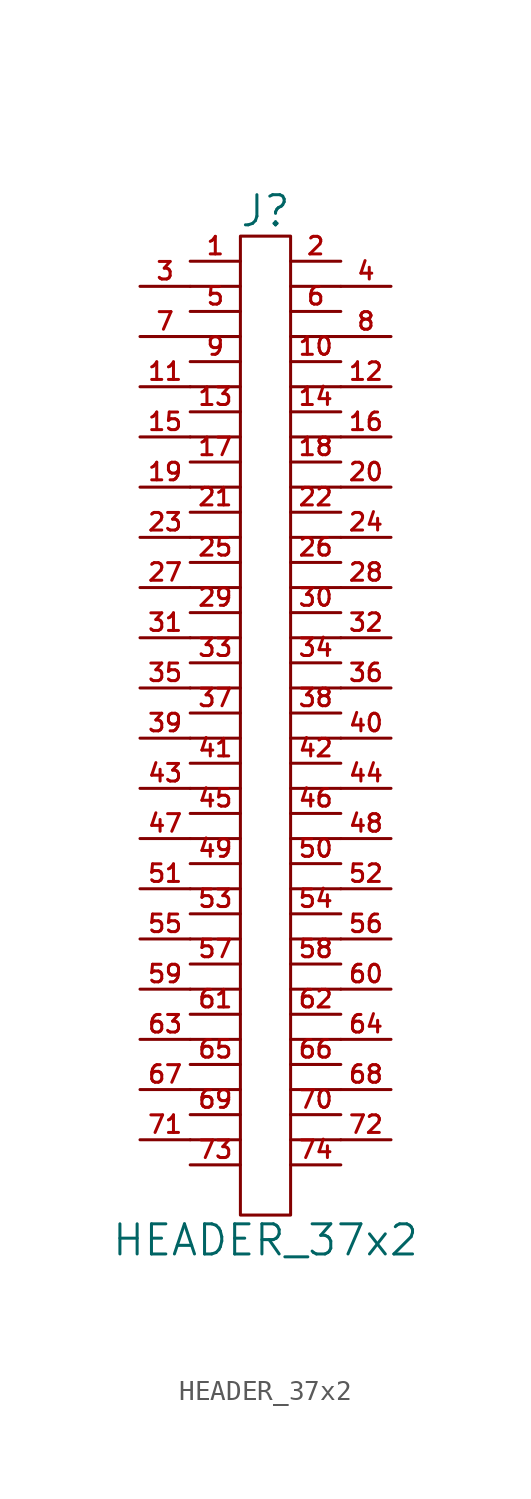
<source format=kicad_sym>
(kicad_symbol_lib
  (version 20211014)
  (generator kicad_symbol_editor)
  (symbol "HEADER_37x2"
    (pin_names
      (offset 0))
    (property "Reference" "J"
      (at 0 25.4 0)
      (effects (font (size 1.524 1.524))))
    (property "Value" "HEADER_37x2"
      (at 0 -26.67 0)
      (effects (font (size 1.524 1.524))))
    (property "Footprint" ""
      (at 0 -1.27 0)
      (effects (font (size 1.524 1.524))))
    (property "Datasheet" ""
      (at 0 -1.27 0)
      (effects (font (size 1.524 1.524))))
    (symbol "HEADER_37x2_0_1"
      (polyline (pts (xy -3.81 -21.59) (xy -1.27 -21.59)) (stroke (width 0) (type default) (color 0 0 0 0)) (fill (type none)))
      (polyline (pts (xy -3.81 -19.05) (xy -1.27 -19.05)) (stroke (width 0) (type default) (color 0 0 0 0)) (fill (type none)))
      (polyline (pts (xy -3.81 -16.51) (xy -1.27 -16.51)) (stroke (width 0) (type default) (color 0 0 0 0)) (fill (type none)))
      (polyline (pts (xy -3.81 -13.97) (xy -1.27 -13.97)) (stroke (width 0) (type default) (color 0 0 0 0)) (fill (type none)))
      (polyline (pts (xy -3.81 -11.43) (xy -1.27 -11.43)) (stroke (width 0) (type default) (color 0 0 0 0)) (fill (type none)))
      (polyline (pts (xy -3.81 -8.89) (xy -1.27 -8.89)) (stroke (width 0) (type default) (color 0 0 0 0)) (fill (type none)))
      (polyline (pts (xy -3.81 -6.35) (xy -1.27 -6.35)) (stroke (width 0) (type default) (color 0 0 0 0)) (fill (type none)))
      (polyline (pts (xy -3.81 -3.81) (xy -1.27 -3.81)) (stroke (width 0) (type default) (color 0 0 0 0)) (fill (type none)))
      (polyline (pts (xy -3.81 -1.27) (xy -1.27 -1.27)) (stroke (width 0) (type default) (color 0 0 0 0)) (fill (type none)))
      (polyline (pts (xy -3.81 1.27) (xy -1.27 1.27)) (stroke (width 0) (type default) (color 0 0 0 0)) (fill (type none)))
      (polyline (pts (xy -3.81 3.81) (xy -1.27 3.81)) (stroke (width 0) (type default) (color 0 0 0 0)) (fill (type none)))
      (polyline (pts (xy -3.81 6.35) (xy -1.27 6.35)) (stroke (width 0) (type default) (color 0 0 0 0)) (fill (type none)))
      (polyline (pts (xy -3.81 8.89) (xy -1.27 8.89)) (stroke (width 0) (type default) (color 0 0 0 0)) (fill (type none)))
      (polyline (pts (xy -3.81 11.43) (xy -1.27 11.43)) (stroke (width 0) (type default) (color 0 0 0 0)) (fill (type none)))
      (polyline (pts (xy -3.81 13.97) (xy -1.27 13.97)) (stroke (width 0) (type default) (color 0 0 0 0)) (fill (type none)))
      (polyline (pts (xy -3.81 16.51) (xy -1.27 16.51)) (stroke (width 0) (type default) (color 0 0 0 0)) (fill (type none)))
      (polyline (pts (xy -3.81 19.05) (xy -1.27 19.05)) (stroke (width 0) (type default) (color 0 0 0 0)) (fill (type none)))
      (polyline (pts (xy -3.81 21.59) (xy -1.27 21.59)) (stroke (width 0) (type default) (color 0 0 0 0)) (fill (type none)))
      (polyline (pts (xy 1.27 -21.59) (xy 3.81 -21.59)) (stroke (width 0) (type default) (color 0 0 0 0)) (fill (type none)))
      (polyline (pts (xy 1.27 -19.05) (xy 3.81 -19.05)) (stroke (width 0) (type default) (color 0 0 0 0)) (fill (type none)))
      (polyline (pts (xy 1.27 -16.51) (xy 3.81 -16.51)) (stroke (width 0) (type default) (color 0 0 0 0)) (fill (type none)))
      (polyline (pts (xy 1.27 -13.97) (xy 3.81 -13.97)) (stroke (width 0) (type default) (color 0 0 0 0)) (fill (type none)))
      (polyline (pts (xy 1.27 -11.43) (xy 3.81 -11.43)) (stroke (width 0) (type default) (color 0 0 0 0)) (fill (type none)))
      (polyline (pts (xy 1.27 -8.89) (xy 3.81 -8.89)) (stroke (width 0) (type default) (color 0 0 0 0)) (fill (type none)))
      (polyline (pts (xy 1.27 -6.35) (xy 3.81 -6.35)) (stroke (width 0) (type default) (color 0 0 0 0)) (fill (type none)))
      (polyline (pts (xy 1.27 -3.81) (xy 3.81 -3.81)) (stroke (width 0) (type default) (color 0 0 0 0)) (fill (type none)))
      (polyline (pts (xy 1.27 -1.27) (xy 3.81 -1.27)) (stroke (width 0) (type default) (color 0 0 0 0)) (fill (type none)))
      (polyline (pts (xy 1.27 1.27) (xy 3.81 1.27)) (stroke (width 0) (type default) (color 0 0 0 0)) (fill (type none)))
      (polyline (pts (xy 1.27 3.81) (xy 3.81 3.81)) (stroke (width 0) (type default) (color 0 0 0 0)) (fill (type none)))
      (polyline (pts (xy 1.27 6.35) (xy 3.81 6.35)) (stroke (width 0) (type default) (color 0 0 0 0)) (fill (type none)))
      (polyline (pts (xy 1.27 8.89) (xy 3.81 8.89)) (stroke (width 0) (type default) (color 0 0 0 0)) (fill (type none)))
      (polyline (pts (xy 1.27 11.43) (xy 3.81 11.43)) (stroke (width 0) (type default) (color 0 0 0 0)) (fill (type none)))
      (polyline (pts (xy 1.27 13.97) (xy 3.81 13.97)) (stroke (width 0) (type default) (color 0 0 0 0)) (fill (type none)))
      (polyline (pts (xy 1.27 16.51) (xy 3.81 16.51)) (stroke (width 0) (type default) (color 0 0 0 0)) (fill (type none)))
      (polyline (pts (xy 1.27 19.05) (xy 3.81 19.05)) (stroke (width 0) (type default) (color 0 0 0 0)) (fill (type none)))
      (polyline (pts (xy 1.27 21.59) (xy 3.81 21.59)) (stroke (width 0) (type default) (color 0 0 0 0)) (fill (type none)))
      (rectangle (start 1.27 -25.4) (end -1.27 24.13) (stroke (width 0) (type default) (color 0 0 0 0)) (fill (type none))))
    (symbol "HEADER_37x2_1_1"
      (pin passive line (at -3.81 22.86 0) (length 2.54) (name "~" (effects (font (size 1.27 1.27)))) (number "1" (effects (font (size 0.889 0.889)))))
      (pin passive line (at 3.81 17.78 180) (length 2.54) (name "~" (effects (font (size 1.27 1.27)))) (number "10" (effects (font (size 0.889 0.889)))))
      (pin passive line (at -6.35 16.51 0) (length 2.54) (name "~" (effects (font (size 1.27 1.27)))) (number "11" (effects (font (size 0.889 0.889)))))
      (pin passive line (at 6.35 16.51 180) (length 2.54) (name "~" (effects (font (size 1.27 1.27)))) (number "12" (effects (font (size 0.889 0.889)))))
      (pin passive line (at -3.81 15.24 0) (length 2.54) (name "~" (effects (font (size 1.27 1.27)))) (number "13" (effects (font (size 0.889 0.889)))))
      (pin passive line (at 3.81 15.24 180) (length 2.54) (name "~" (effects (font (size 1.27 1.27)))) (number "14" (effects (font (size 0.889 0.889)))))
      (pin passive line (at -6.35 13.97 0) (length 2.54) (name "~" (effects (font (size 1.27 1.27)))) (number "15" (effects (font (size 0.889 0.889)))))
      (pin passive line (at 6.35 13.97 180) (length 2.54) (name "~" (effects (font (size 1.27 1.27)))) (number "16" (effects (font (size 0.889 0.889)))))
      (pin passive line (at -3.81 12.7 0) (length 2.54) (name "~" (effects (font (size 1.27 1.27)))) (number "17" (effects (font (size 0.889 0.889)))))
      (pin passive line (at 3.81 12.7 180) (length 2.54) (name "~" (effects (font (size 1.27 1.27)))) (number "18" (effects (font (size 0.889 0.889)))))
      (pin passive line (at -6.35 11.43 0) (length 2.54) (name "~" (effects (font (size 1.27 1.27)))) (number "19" (effects (font (size 0.889 0.889)))))
      (pin passive line (at 3.81 22.86 180) (length 2.54) (name "~" (effects (font (size 1.27 1.27)))) (number "2" (effects (font (size 0.889 0.889)))))
      (pin passive line (at 6.35 11.43 180) (length 2.54) (name "~" (effects (font (size 1.27 1.27)))) (number "20" (effects (font (size 0.889 0.889)))))
      (pin passive line (at -3.81 10.16 0) (length 2.54) (name "~" (effects (font (size 1.27 1.27)))) (number "21" (effects (font (size 0.889 0.889)))))
      (pin passive line (at 3.81 10.16 180) (length 2.54) (name "~" (effects (font (size 1.27 1.27)))) (number "22" (effects (font (size 0.889 0.889)))))
      (pin passive line (at -6.35 8.89 0) (length 2.54) (name "~" (effects (font (size 1.27 1.27)))) (number "23" (effects (font (size 0.889 0.889)))))
      (pin passive line (at 6.35 8.89 180) (length 2.54) (name "~" (effects (font (size 1.27 1.27)))) (number "24" (effects (font (size 0.889 0.889)))))
      (pin passive line (at -3.81 7.62 0) (length 2.54) (name "~" (effects (font (size 1.27 1.27)))) (number "25" (effects (font (size 0.889 0.889)))))
      (pin passive line (at 3.81 7.62 180) (length 2.54) (name "~" (effects (font (size 1.27 1.27)))) (number "26" (effects (font (size 0.889 0.889)))))
      (pin passive line (at -6.35 6.35 0) (length 2.54) (name "~" (effects (font (size 1.27 1.27)))) (number "27" (effects (font (size 0.889 0.889)))))
      (pin passive line (at 6.35 6.35 180) (length 2.54) (name "~" (effects (font (size 1.27 1.27)))) (number "28" (effects (font (size 0.889 0.889)))))
      (pin passive line (at -3.81 5.08 0) (length 2.54) (name "~" (effects (font (size 1.27 1.27)))) (number "29" (effects (font (size 0.889 0.889)))))
      (pin passive line (at -6.35 21.59 0) (length 2.54) (name "~" (effects (font (size 1.27 1.27)))) (number "3" (effects (font (size 0.889 0.889)))))
      (pin passive line (at 3.81 5.08 180) (length 2.54) (name "~" (effects (font (size 1.27 1.27)))) (number "30" (effects (font (size 0.889 0.889)))))
      (pin passive line (at -6.35 3.81 0) (length 2.54) (name "~" (effects (font (size 1.27 1.27)))) (number "31" (effects (font (size 0.889 0.889)))))
      (pin passive line (at 6.35 3.81 180) (length 2.54) (name "~" (effects (font (size 1.27 1.27)))) (number "32" (effects (font (size 0.889 0.889)))))
      (pin passive line (at -3.81 2.54 0) (length 2.54) (name "~" (effects (font (size 1.27 1.27)))) (number "33" (effects (font (size 0.889 0.889)))))
      (pin passive line (at 3.81 2.54 180) (length 2.54) (name "~" (effects (font (size 1.27 1.27)))) (number "34" (effects (font (size 0.889 0.889)))))
      (pin passive line (at -6.35 1.27 0) (length 2.54) (name "~" (effects (font (size 1.27 1.27)))) (number "35" (effects (font (size 0.889 0.889)))))
      (pin passive line (at 6.35 1.27 180) (length 2.54) (name "~" (effects (font (size 1.27 1.27)))) (number "36" (effects (font (size 0.889 0.889)))))
      (pin passive line (at -3.81 0 0) (length 2.54) (name "~" (effects (font (size 0.889 0.889)))) (number "37" (effects (font (size 0.889 0.889)))))
      (pin passive line (at 3.81 0 180) (length 2.54) (name "~" (effects (font (size 1.27 1.27)))) (number "38" (effects (font (size 0.889 0.889)))))
      (pin passive line (at -6.35 -1.27 0) (length 2.54) (name "~" (effects (font (size 1.27 1.27)))) (number "39" (effects (font (size 0.889 0.889)))))
      (pin passive line (at 6.35 21.59 180) (length 2.54) (name "~" (effects (font (size 1.27 1.27)))) (number "4" (effects (font (size 0.889 0.889)))))
      (pin passive line (at 6.35 -1.27 180) (length 2.54) (name "~" (effects (font (size 1.27 1.27)))) (number "40" (effects (font (size 0.889 0.889)))))
      (pin passive line (at -3.81 -2.54 0) (length 2.54) (name "~" (effects (font (size 1.27 1.27)))) (number "41" (effects (font (size 0.889 0.889)))))
      (pin passive line (at 3.81 -2.54 180) (length 2.54) (name "~" (effects (font (size 1.27 1.27)))) (number "42" (effects (font (size 0.889 0.889)))))
      (pin passive line (at -6.35 -3.81 0) (length 2.54) (name "~" (effects (font (size 1.27 1.27)))) (number "43" (effects (font (size 0.889 0.889)))))
      (pin passive line (at 6.35 -3.81 180) (length 2.54) (name "~" (effects (font (size 1.27 1.27)))) (number "44" (effects (font (size 0.889 0.889)))))
      (pin passive line (at -3.81 -5.08 0) (length 2.54) (name "~" (effects (font (size 1.27 1.27)))) (number "45" (effects (font (size 0.889 0.889)))))
      (pin passive line (at 3.81 -5.08 180) (length 2.54) (name "~" (effects (font (size 1.27 1.27)))) (number "46" (effects (font (size 0.889 0.889)))))
      (pin passive line (at -6.35 -6.35 0) (length 2.54) (name "~" (effects (font (size 1.27 1.27)))) (number "47" (effects (font (size 0.889 0.889)))))
      (pin passive line (at 6.35 -6.35 180) (length 2.54) (name "~" (effects (font (size 1.27 1.27)))) (number "48" (effects (font (size 0.889 0.889)))))
      (pin passive line (at -3.81 -7.62 0) (length 2.54) (name "~" (effects (font (size 1.27 1.27)))) (number "49" (effects (font (size 0.889 0.889)))))
      (pin passive line (at -3.81 20.32 0) (length 2.54) (name "~" (effects (font (size 1.27 1.27)))) (number "5" (effects (font (size 0.889 0.889)))))
      (pin passive line (at 3.81 -7.62 180) (length 2.54) (name "~" (effects (font (size 1.27 1.27)))) (number "50" (effects (font (size 0.889 0.889)))))
      (pin passive line (at -6.35 -8.89 0) (length 2.54) (name "~" (effects (font (size 1.27 1.27)))) (number "51" (effects (font (size 0.889 0.889)))))
      (pin passive line (at 6.35 -8.89 180) (length 2.54) (name "~" (effects (font (size 1.27 1.27)))) (number "52" (effects (font (size 0.889 0.889)))))
      (pin passive line (at -3.81 -10.16 0) (length 2.54) (name "~" (effects (font (size 1.27 1.27)))) (number "53" (effects (font (size 0.889 0.889)))))
      (pin passive line (at 3.81 -10.16 180) (length 2.54) (name "~" (effects (font (size 1.27 1.27)))) (number "54" (effects (font (size 0.889 0.889)))))
      (pin passive line (at -6.35 -11.43 0) (length 2.54) (name "~" (effects (font (size 1.27 1.27)))) (number "55" (effects (font (size 0.889 0.889)))))
      (pin passive line (at 6.35 -11.43 180) (length 2.54) (name "~" (effects (font (size 1.27 1.27)))) (number "56" (effects (font (size 0.889 0.889)))))
      (pin passive line (at -3.81 -12.7 0) (length 2.54) (name "~" (effects (font (size 1.27 1.27)))) (number "57" (effects (font (size 0.889 0.889)))))
      (pin passive line (at 3.81 -12.7 180) (length 2.54) (name "~" (effects (font (size 1.27 1.27)))) (number "58" (effects (font (size 0.889 0.889)))))
      (pin passive line (at -6.35 -13.97 0) (length 2.54) (name "~" (effects (font (size 1.27 1.27)))) (number "59" (effects (font (size 0.889 0.889)))))
      (pin passive line (at 3.81 20.32 180) (length 2.54) (name "~" (effects (font (size 1.27 1.27)))) (number "6" (effects (font (size 0.889 0.889)))))
      (pin passive line (at 6.35 -13.97 180) (length 2.54) (name "~" (effects (font (size 1.27 1.27)))) (number "60" (effects (font (size 0.889 0.889)))))
      (pin passive line (at -3.81 -15.24 0) (length 2.54) (name "~" (effects (font (size 1.27 1.27)))) (number "61" (effects (font (size 0.889 0.889)))))
      (pin passive line (at 3.81 -15.24 180) (length 2.54) (name "~" (effects (font (size 1.27 1.27)))) (number "62" (effects (font (size 0.889 0.889)))))
      (pin passive line (at -6.35 -16.51 0) (length 2.54) (name "~" (effects (font (size 1.27 1.27)))) (number "63" (effects (font (size 0.889 0.889)))))
      (pin passive line (at 6.35 -16.51 180) (length 2.54) (name "~" (effects (font (size 1.27 1.27)))) (number "64" (effects (font (size 0.889 0.889)))))
      (pin passive line (at -3.81 -17.78 0) (length 2.54) (name "~" (effects (font (size 1.27 1.27)))) (number "65" (effects (font (size 0.889 0.889)))))
      (pin passive line (at 3.81 -17.78 180) (length 2.54) (name "~" (effects (font (size 1.27 1.27)))) (number "66" (effects (font (size 0.889 0.889)))))
      (pin passive line (at -6.35 -19.05 0) (length 2.54) (name "~" (effects (font (size 1.27 1.27)))) (number "67" (effects (font (size 0.889 0.889)))))
      (pin passive line (at 6.35 -19.05 180) (length 2.54) (name "~" (effects (font (size 1.27 1.27)))) (number "68" (effects (font (size 0.889 0.889)))))
      (pin passive line (at -3.81 -20.32 0) (length 2.54) (name "~" (effects (font (size 1.27 1.27)))) (number "69" (effects (font (size 0.889 0.889)))))
      (pin passive line (at -6.35 19.05 0) (length 2.54) (name "~" (effects (font (size 1.27 1.27)))) (number "7" (effects (font (size 0.889 0.889)))))
      (pin passive line (at 3.81 -20.32 180) (length 2.54) (name "~" (effects (font (size 1.27 1.27)))) (number "70" (effects (font (size 0.889 0.889)))))
      (pin passive line (at -6.35 -21.59 0) (length 2.54) (name "~" (effects (font (size 1.27 1.27)))) (number "71" (effects (font (size 0.889 0.889)))))
      (pin passive line (at 6.35 -21.59 180) (length 2.54) (name "~" (effects (font (size 1.27 1.27)))) (number "72" (effects (font (size 0.889 0.889)))))
      (pin passive line (at -3.81 -22.86 0) (length 2.54) (name "~" (effects (font (size 1.27 1.27)))) (number "73" (effects (font (size 0.889 0.889)))))
      (pin passive line (at 3.81 -22.86 180) (length 2.54) (name "~" (effects (font (size 1.27 1.27)))) (number "74" (effects (font (size 0.889 0.889)))))
      (pin passive line (at 6.35 19.05 180) (length 2.54) (name "~" (effects (font (size 1.27 1.27)))) (number "8" (effects (font (size 0.889 0.889)))))
      (pin passive line (at -3.81 17.78 0) (length 2.54) (name "~" (effects (font (size 1.27 1.27)))) (number "9" (effects (font (size 0.889 0.889))))))))
</source>
